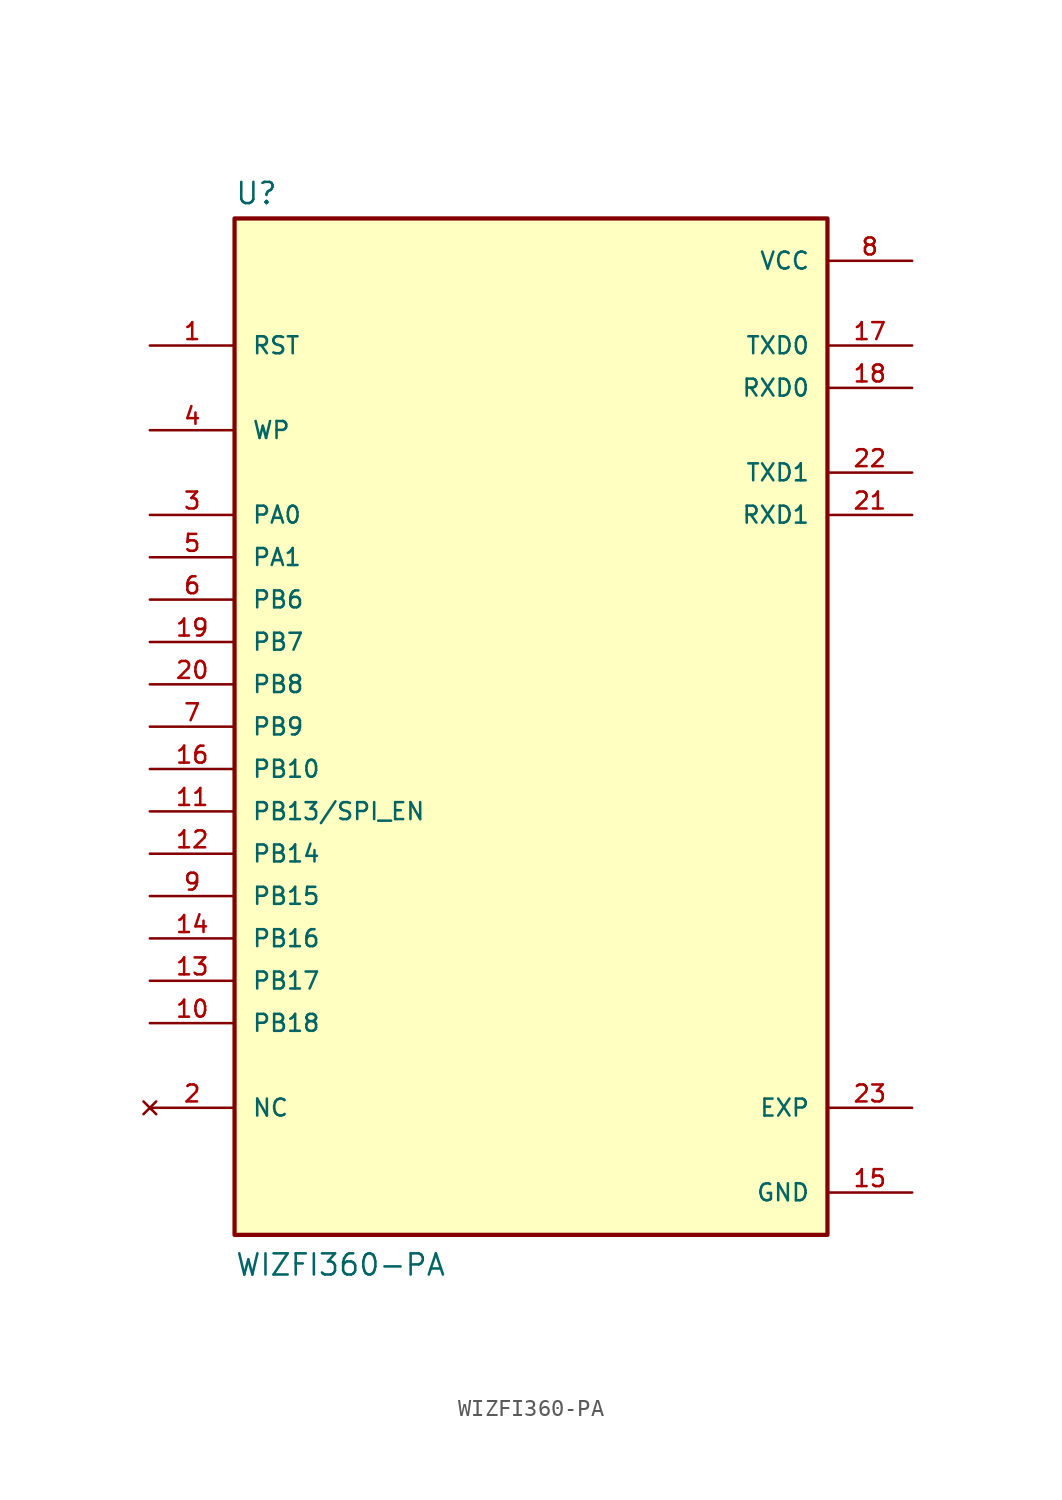
<source format=kicad_sym>
(kicad_symbol_lib
  (version 20211014)
  (generator kicad_symbol_editor)
  (symbol "WIZFI360-PA"
    (pin_names
      (offset 1.016))
    (property "Reference" "U"
      (at -17.78 31.242 0)
      (effects (font (size 1.27 1.27)) (justify bottom left)))
    (property "Value" "WIZFI360-PA"
      (at -17.78 -33.02 0)
      (effects (font (size 1.27 1.27)) (justify bottom left)))
    (symbol "WIZFI360-PA_0_0"
      (rectangle (start -17.78 -30.48) (end 17.78 30.48) (stroke (width 0.254)) (fill (type background)))
      (pin input line (at -22.86 22.86 0) (length 5.08) (name "RST" (effects (font (size 1.016 1.016)))) (number "1" (effects (font (size 1.016 1.016)))))
      (pin no_connect line (at -22.86 -22.86 0) (length 5.08) (name "NC" (effects (font (size 1.016 1.016)))) (number "2" (effects (font (size 1.016 1.016)))))
      (pin bidirectional line (at -22.86 12.7 0) (length 5.08) (name "PA0" (effects (font (size 1.016 1.016)))) (number "3" (effects (font (size 1.016 1.016)))))
      (pin input line (at -22.86 17.78 0) (length 5.08) (name "WP" (effects (font (size 1.016 1.016)))) (number "4" (effects (font (size 1.016 1.016)))))
      (pin input line (at -22.86 10.16 0) (length 5.08) (name "PA1" (effects (font (size 1.016 1.016)))) (number "5" (effects (font (size 1.016 1.016)))))
      (pin bidirectional line (at -22.86 7.62 0) (length 5.08) (name "PB6" (effects (font (size 1.016 1.016)))) (number "6" (effects (font (size 1.016 1.016)))))
      (pin input line (at -22.86 0.0 0) (length 5.08) (name "PB9" (effects (font (size 1.016 1.016)))) (number "7" (effects (font (size 1.016 1.016)))))
      (pin power_in line (at 22.86 27.94 180.0) (length 5.08) (name "VCC" (effects (font (size 1.016 1.016)))) (number "8" (effects (font (size 1.016 1.016)))))
      (pin bidirectional line (at -22.86 -10.16 0) (length 5.08) (name "PB15" (effects (font (size 1.016 1.016)))) (number "9" (effects (font (size 1.016 1.016)))))
      (pin bidirectional line (at -22.86 -17.78 0) (length 5.08) (name "PB18" (effects (font (size 1.016 1.016)))) (number "10" (effects (font (size 1.016 1.016)))))
      (pin bidirectional line (at -22.86 -5.08 0) (length 5.08) (name "PB13/SPI_EN" (effects (font (size 1.016 1.016)))) (number "11" (effects (font (size 1.016 1.016)))))
      (pin bidirectional line (at -22.86 -7.62 0) (length 5.08) (name "PB14" (effects (font (size 1.016 1.016)))) (number "12" (effects (font (size 1.016 1.016)))))
      (pin bidirectional line (at -22.86 -15.24 0) (length 5.08) (name "PB17" (effects (font (size 1.016 1.016)))) (number "13" (effects (font (size 1.016 1.016)))))
      (pin bidirectional line (at -22.86 -12.7 0) (length 5.08) (name "PB16" (effects (font (size 1.016 1.016)))) (number "14" (effects (font (size 1.016 1.016)))))
      (pin power_in line (at 22.86 -27.94 180.0) (length 5.08) (name "GND" (effects (font (size 1.016 1.016)))) (number "15" (effects (font (size 1.016 1.016)))))
      (pin output line (at -22.86 -2.54 0) (length 5.08) (name "PB10" (effects (font (size 1.016 1.016)))) (number "16" (effects (font (size 1.016 1.016)))))
      (pin output line (at 22.86 22.86 180.0) (length 5.08) (name "TXD0" (effects (font (size 1.016 1.016)))) (number "17" (effects (font (size 1.016 1.016)))))
      (pin input line (at 22.86 20.32 180.0) (length 5.08) (name "RXD0" (effects (font (size 1.016 1.016)))) (number "18" (effects (font (size 1.016 1.016)))))
      (pin output line (at -22.86 5.08 0) (length 5.08) (name "PB7" (effects (font (size 1.016 1.016)))) (number "19" (effects (font (size 1.016 1.016)))))
      (pin bidirectional line (at -22.86 2.54 0) (length 5.08) (name "PB8" (effects (font (size 1.016 1.016)))) (number "20" (effects (font (size 1.016 1.016)))))
      (pin input line (at 22.86 12.7 180.0) (length 5.08) (name "RXD1" (effects (font (size 1.016 1.016)))) (number "21" (effects (font (size 1.016 1.016)))))
      (pin output line (at 22.86 15.24 180.0) (length 5.08) (name "TXD1" (effects (font (size 1.016 1.016)))) (number "22" (effects (font (size 1.016 1.016)))))
      (pin passive line (at 22.86 -22.86 180.0) (length 5.08) (name "EXP" (effects (font (size 1.016 1.016)))) (number "23" (effects (font (size 1.016 1.016))))))))
</source>
